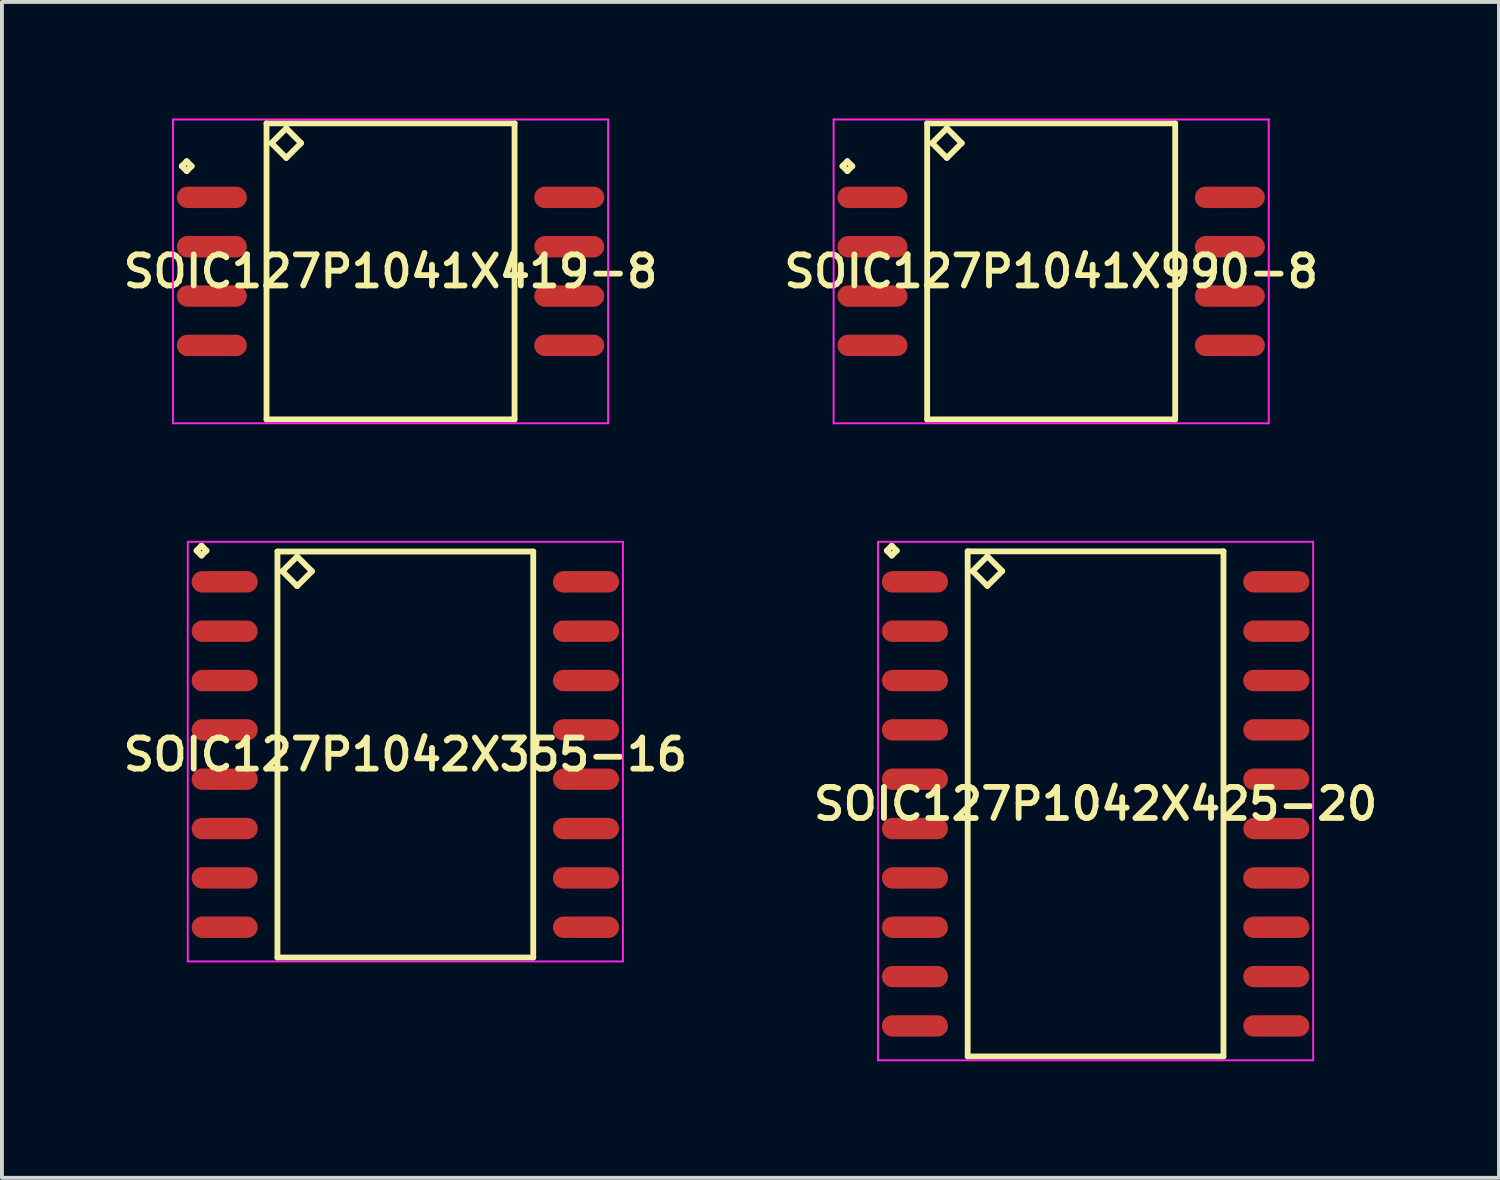
<source format=kicad_pcb>
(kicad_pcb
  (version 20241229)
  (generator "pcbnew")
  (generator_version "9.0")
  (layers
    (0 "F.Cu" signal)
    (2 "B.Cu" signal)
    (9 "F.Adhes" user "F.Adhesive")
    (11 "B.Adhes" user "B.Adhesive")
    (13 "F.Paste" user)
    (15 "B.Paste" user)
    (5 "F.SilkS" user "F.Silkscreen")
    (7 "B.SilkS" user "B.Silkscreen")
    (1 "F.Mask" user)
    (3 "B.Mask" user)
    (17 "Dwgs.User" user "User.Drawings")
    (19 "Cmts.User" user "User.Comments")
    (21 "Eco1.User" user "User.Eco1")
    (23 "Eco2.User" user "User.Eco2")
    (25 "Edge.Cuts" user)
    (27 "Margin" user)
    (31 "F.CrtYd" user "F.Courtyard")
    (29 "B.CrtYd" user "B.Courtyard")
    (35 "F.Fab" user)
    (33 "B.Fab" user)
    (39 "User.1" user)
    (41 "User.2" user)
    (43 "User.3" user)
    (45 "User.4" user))
  (footprint "SOIC127P1041X990-8"
    (layer "F.Cu")
    (at 24.006 3.935)
    (property "Reference" "SOIC127P1041X990-8" (at 0 0 0) (layer "F.SilkS") (effects (font (size 0.8 0.8) (thickness 0.15))))
    (attr smd)
    (fp_line (start -5.373 -2.709) (end -5.246 -2.836) (stroke (width 0.15) (type solid)) (layer "F.SilkS"))
    (fp_line (start -5.246 -2.836) (end -5.119 -2.709) (stroke (width 0.15) (type solid)) (layer "F.SilkS"))
    (fp_line (start -5.246 -2.582) (end -5.373 -2.709) (stroke (width 0.15) (type solid)) (layer "F.SilkS"))
    (fp_line (start -5.119 -2.709) (end -5.246 -2.582) (stroke (width 0.15) (type solid)) (layer "F.SilkS"))
    (fp_line (start -3.192 -3.81) (end -3.192 3.81) (stroke (width 0.15) (type solid)) (layer "F.SilkS"))
    (fp_line (start -3.192 3.81) (end 3.192 3.81) (stroke (width 0.15) (type solid)) (layer "F.SilkS"))
    (fp_line (start -3.065 -3.302) (end -2.684 -3.683) (stroke (width 0.15) (type solid)) (layer "F.SilkS"))
    (fp_line (start -2.684 -3.683) (end -2.303 -3.302) (stroke (width 0.15) (type solid)) (layer "F.SilkS"))
    (fp_line (start -2.684 -2.921) (end -3.065 -3.302) (stroke (width 0.15) (type solid)) (layer "F.SilkS"))
    (fp_line (start -2.303 -3.302) (end -2.684 -2.921) (stroke (width 0.15) (type solid)) (layer "F.SilkS"))
    (fp_line (start 3.192 -3.81) (end -3.192 -3.81) (stroke (width 0.15) (type solid)) (layer "F.SilkS"))
    (fp_line (start 3.192 3.81) (end 3.192 -3.81) (stroke (width 0.15) (type solid)) (layer "F.SilkS"))
    (fp_line (start -5.6 -3.91) (end 5.6 -3.91) (stroke (width 0.05) (type solid)) (layer "F.CrtYd"))
    (fp_line (start -5.6 3.91) (end -5.6 -3.91) (stroke (width 0.05) (type solid)) (layer "F.CrtYd"))
    (fp_line (start 5.6 -3.91) (end 5.6 3.91) (stroke (width 0.05) (type solid)) (layer "F.CrtYd"))
    (fp_line (start 5.6 3.91) (end -5.6 3.91) (stroke (width 0.05) (type solid)) (layer "F.CrtYd"))
    (pad "1" smd oval (at -4.6 -1.905) (size 1.8 0.55) (layers "F.Cu" "F.Mask" "F.Paste"))
    (pad "2" smd oval (at -4.6 -0.635) (size 1.8 0.55) (layers "F.Cu" "F.Mask" "F.Paste"))
    (pad "3" smd oval (at -4.6 0.635) (size 1.8 0.55) (layers "F.Cu" "F.Mask" "F.Paste"))
    (pad "4" smd oval (at -4.6 1.905) (size 1.8 0.55) (layers "F.Cu" "F.Mask" "F.Paste"))
    (pad "5" smd oval (at 4.6 1.905) (size 1.8 0.55) (layers "F.Cu" "F.Mask" "F.Paste"))
    (pad "6" smd oval (at 4.6 0.635) (size 1.8 0.55) (layers "F.Cu" "F.Mask" "F.Paste"))
    (pad "7" smd oval (at 4.6 -0.635) (size 1.8 0.55) (layers "F.Cu" "F.Mask" "F.Paste"))
    (pad "8" smd oval (at 4.6 -1.905) (size 1.8 0.55) (layers "F.Cu" "F.Mask" "F.Paste")))
  (footprint "SOIC127P1041X419-8"
    (layer "F.Cu")
    (at 7.002 3.935)
    (property "Reference" "SOIC127P1041X419-8" (at 0 0 0) (layer "F.SilkS") (effects (font (size 0.8 0.8) (thickness 0.15))))
    (attr smd)
    (fp_line (start -5.373 -2.709) (end -5.246 -2.836) (stroke (width 0.15) (type solid)) (layer "F.SilkS"))
    (fp_line (start -5.246 -2.836) (end -5.119 -2.709) (stroke (width 0.15) (type solid)) (layer "F.SilkS"))
    (fp_line (start -5.246 -2.582) (end -5.373 -2.709) (stroke (width 0.15) (type solid)) (layer "F.SilkS"))
    (fp_line (start -5.119 -2.709) (end -5.246 -2.582) (stroke (width 0.15) (type solid)) (layer "F.SilkS"))
    (fp_line (start -3.192 -3.81) (end -3.192 3.81) (stroke (width 0.15) (type solid)) (layer "F.SilkS"))
    (fp_line (start -3.192 3.81) (end 3.192 3.81) (stroke (width 0.15) (type solid)) (layer "F.SilkS"))
    (fp_line (start -3.065 -3.302) (end -2.684 -3.683) (stroke (width 0.15) (type solid)) (layer "F.SilkS"))
    (fp_line (start -2.684 -3.683) (end -2.303 -3.302) (stroke (width 0.15) (type solid)) (layer "F.SilkS"))
    (fp_line (start -2.684 -2.921) (end -3.065 -3.302) (stroke (width 0.15) (type solid)) (layer "F.SilkS"))
    (fp_line (start -2.303 -3.302) (end -2.684 -2.921) (stroke (width 0.15) (type solid)) (layer "F.SilkS"))
    (fp_line (start 3.192 -3.81) (end -3.192 -3.81) (stroke (width 0.15) (type solid)) (layer "F.SilkS"))
    (fp_line (start 3.192 3.81) (end 3.192 -3.81) (stroke (width 0.15) (type solid)) (layer "F.SilkS"))
    (fp_line (start -5.6 -3.91) (end 5.6 -3.91) (stroke (width 0.05) (type solid)) (layer "F.CrtYd"))
    (fp_line (start -5.6 3.91) (end -5.6 -3.91) (stroke (width 0.05) (type solid)) (layer "F.CrtYd"))
    (fp_line (start 5.6 -3.91) (end 5.6 3.91) (stroke (width 0.05) (type solid)) (layer "F.CrtYd"))
    (fp_line (start 5.6 3.91) (end -5.6 3.91) (stroke (width 0.05) (type solid)) (layer "F.CrtYd"))
    (pad "1" smd oval (at -4.6 -1.905) (size 1.8 0.55) (layers "F.Cu" "F.Mask" "F.Paste"))
    (pad "2" smd oval (at -4.6 -0.635) (size 1.8 0.55) (layers "F.Cu" "F.Mask" "F.Paste"))
    (pad "3" smd oval (at -4.6 0.635) (size 1.8 0.55) (layers "F.Cu" "F.Mask" "F.Paste"))
    (pad "4" smd oval (at -4.6 1.905) (size 1.8 0.55) (layers "F.Cu" "F.Mask" "F.Paste"))
    (pad "5" smd oval (at 4.6 1.905) (size 1.8 0.55) (layers "F.Cu" "F.Mask" "F.Paste"))
    (pad "6" smd oval (at 4.6 0.635) (size 1.8 0.55) (layers "F.Cu" "F.Mask" "F.Paste"))
    (pad "7" smd oval (at 4.6 -0.635) (size 1.8 0.55) (layers "F.Cu" "F.Mask" "F.Paste"))
    (pad "8" smd oval (at 4.6 -1.905) (size 1.8 0.55) (layers "F.Cu" "F.Mask" "F.Paste")))
  (footprint "SOIC127P1042X425-20"
    (layer "F.Cu")
    (at 25.149 17.641)
    (property "Reference" "SOIC127P1042X425-20" (at 0 0 0) (layer "F.SilkS") (effects (font (size 0.8 0.8) (thickness 0.15))))
    (attr smd)
    (fp_line (start -5.373 -6.519) (end -5.246 -6.646) (stroke (width 0.15) (type solid)) (layer "F.SilkS"))
    (fp_line (start -5.246 -6.646) (end -5.119 -6.519) (stroke (width 0.15) (type solid)) (layer "F.SilkS"))
    (fp_line (start -5.246 -6.392) (end -5.373 -6.519) (stroke (width 0.15) (type solid)) (layer "F.SilkS"))
    (fp_line (start -5.119 -6.519) (end -5.246 -6.392) (stroke (width 0.15) (type solid)) (layer "F.SilkS"))
    (fp_line (start -3.292 -6.5) (end -3.292 6.5) (stroke (width 0.15) (type solid)) (layer "F.SilkS"))
    (fp_line (start -3.292 6.5) (end 3.292 6.5) (stroke (width 0.15) (type solid)) (layer "F.SilkS"))
    (fp_line (start -3.165 -5.992) (end -2.784 -6.373) (stroke (width 0.15) (type solid)) (layer "F.SilkS"))
    (fp_line (start -2.784 -6.373) (end -2.403 -5.992) (stroke (width 0.15) (type solid)) (layer "F.SilkS"))
    (fp_line (start -2.784 -5.611) (end -3.165 -5.992) (stroke (width 0.15) (type solid)) (layer "F.SilkS"))
    (fp_line (start -2.403 -5.992) (end -2.784 -5.611) (stroke (width 0.15) (type solid)) (layer "F.SilkS"))
    (fp_line (start 3.292 -6.5) (end -3.292 -6.5) (stroke (width 0.15) (type solid)) (layer "F.SilkS"))
    (fp_line (start 3.292 6.5) (end 3.292 -6.5) (stroke (width 0.15) (type solid)) (layer "F.SilkS"))
    (fp_line (start -5.6 -6.746) (end 5.6 -6.746) (stroke (width 0.05) (type solid)) (layer "F.CrtYd"))
    (fp_line (start -5.6 6.6) (end -5.6 -6.746) (stroke (width 0.05) (type solid)) (layer "F.CrtYd"))
    (fp_line (start 5.6 -6.746) (end 5.6 6.6) (stroke (width 0.05) (type solid)) (layer "F.CrtYd"))
    (fp_line (start 5.6 6.6) (end -5.6 6.6) (stroke (width 0.05) (type solid)) (layer "F.CrtYd"))
    (pad "1" smd oval (at -4.65 -5.715) (size 1.7 0.55) (layers "F.Cu" "F.Mask" "F.Paste"))
    (pad "2" smd oval (at -4.65 -4.445) (size 1.7 0.55) (layers "F.Cu" "F.Mask" "F.Paste"))
    (pad "3" smd oval (at -4.65 -3.175) (size 1.7 0.55) (layers "F.Cu" "F.Mask" "F.Paste"))
    (pad "4" smd oval (at -4.65 -1.905) (size 1.7 0.55) (layers "F.Cu" "F.Mask" "F.Paste"))
    (pad "5" smd oval (at -4.65 -0.635) (size 1.7 0.55) (layers "F.Cu" "F.Mask" "F.Paste"))
    (pad "6" smd oval (at -4.65 0.635) (size 1.7 0.55) (layers "F.Cu" "F.Mask" "F.Paste"))
    (pad "7" smd oval (at -4.65 1.905) (size 1.7 0.55) (layers "F.Cu" "F.Mask" "F.Paste"))
    (pad "8" smd oval (at -4.65 3.175) (size 1.7 0.55) (layers "F.Cu" "F.Mask" "F.Paste"))
    (pad "9" smd oval (at -4.65 4.445) (size 1.7 0.55) (layers "F.Cu" "F.Mask" "F.Paste"))
    (pad "10" smd oval (at -4.65 5.715) (size 1.7 0.55) (layers "F.Cu" "F.Mask" "F.Paste"))
    (pad "11" smd oval (at 4.65 5.715) (size 1.7 0.55) (layers "F.Cu" "F.Mask" "F.Paste"))
    (pad "12" smd oval (at 4.65 4.445) (size 1.7 0.55) (layers "F.Cu" "F.Mask" "F.Paste"))
    (pad "13" smd oval (at 4.65 3.175) (size 1.7 0.55) (layers "F.Cu" "F.Mask" "F.Paste"))
    (pad "14" smd oval (at 4.65 1.905) (size 1.7 0.55) (layers "F.Cu" "F.Mask" "F.Paste"))
    (pad "15" smd oval (at 4.65 0.635) (size 1.7 0.55) (layers "F.Cu" "F.Mask" "F.Paste"))
    (pad "16" smd oval (at 4.65 -0.635) (size 1.7 0.55) (layers "F.Cu" "F.Mask" "F.Paste"))
    (pad "17" smd oval (at 4.65 -1.905) (size 1.7 0.55) (layers "F.Cu" "F.Mask" "F.Paste"))
    (pad "18" smd oval (at 4.65 -3.175) (size 1.7 0.55) (layers "F.Cu" "F.Mask" "F.Paste"))
    (pad "19" smd oval (at 4.65 -4.445) (size 1.7 0.55) (layers "F.Cu" "F.Mask" "F.Paste"))
    (pad "20" smd oval (at 4.65 -5.715) (size 1.7 0.55) (layers "F.Cu" "F.Mask" "F.Paste")))
  (footprint "SOIC127P1042X355-16"
    (layer "F.Cu")
    (at 7.383 16.371)
    (property "Reference" "SOIC127P1042X355-16" (at 0 0 0) (layer "F.SilkS") (effects (font (size 0.8 0.8) (thickness 0.15))))
    (attr smd)
    (fp_line (start -5.373 -5.249) (end -5.246 -5.376) (stroke (width 0.15) (type solid)) (layer "F.SilkS"))
    (fp_line (start -5.246 -5.376) (end -5.119 -5.249) (stroke (width 0.15) (type solid)) (layer "F.SilkS"))
    (fp_line (start -5.246 -5.122) (end -5.373 -5.249) (stroke (width 0.15) (type solid)) (layer "F.SilkS"))
    (fp_line (start -5.119 -5.249) (end -5.246 -5.122) (stroke (width 0.15) (type solid)) (layer "F.SilkS"))
    (fp_line (start -3.292 -5.225) (end -3.292 5.225) (stroke (width 0.15) (type solid)) (layer "F.SilkS"))
    (fp_line (start -3.292 5.225) (end 3.292 5.225) (stroke (width 0.15) (type solid)) (layer "F.SilkS"))
    (fp_line (start -3.165 -4.717) (end -2.784 -5.098) (stroke (width 0.15) (type solid)) (layer "F.SilkS"))
    (fp_line (start -2.784 -5.098) (end -2.403 -4.717) (stroke (width 0.15) (type solid)) (layer "F.SilkS"))
    (fp_line (start -2.784 -4.336) (end -3.165 -4.717) (stroke (width 0.15) (type solid)) (layer "F.SilkS"))
    (fp_line (start -2.403 -4.717) (end -2.784 -4.336) (stroke (width 0.15) (type solid)) (layer "F.SilkS"))
    (fp_line (start 3.292 -5.225) (end -3.292 -5.225) (stroke (width 0.15) (type solid)) (layer "F.SilkS"))
    (fp_line (start 3.292 5.225) (end 3.292 -5.225) (stroke (width 0.15) (type solid)) (layer "F.SilkS"))
    (fp_line (start -5.6 -5.476) (end 5.6 -5.476) (stroke (width 0.05) (type solid)) (layer "F.CrtYd"))
    (fp_line (start -5.6 5.325) (end -5.6 -5.476) (stroke (width 0.05) (type solid)) (layer "F.CrtYd"))
    (fp_line (start 5.6 -5.476) (end 5.6 5.325) (stroke (width 0.05) (type solid)) (layer "F.CrtYd"))
    (fp_line (start 5.6 5.325) (end -5.6 5.325) (stroke (width 0.05) (type solid)) (layer "F.CrtYd"))
    (pad "1" smd oval (at -4.65 -4.445) (size 1.7 0.55) (layers "F.Cu" "F.Mask" "F.Paste"))
    (pad "2" smd oval (at -4.65 -3.175) (size 1.7 0.55) (layers "F.Cu" "F.Mask" "F.Paste"))
    (pad "3" smd oval (at -4.65 -1.905) (size 1.7 0.55) (layers "F.Cu" "F.Mask" "F.Paste"))
    (pad "4" smd oval (at -4.65 -0.635) (size 1.7 0.55) (layers "F.Cu" "F.Mask" "F.Paste"))
    (pad "5" smd oval (at -4.65 0.635) (size 1.7 0.55) (layers "F.Cu" "F.Mask" "F.Paste"))
    (pad "6" smd oval (at -4.65 1.905) (size 1.7 0.55) (layers "F.Cu" "F.Mask" "F.Paste"))
    (pad "7" smd oval (at -4.65 3.175) (size 1.7 0.55) (layers "F.Cu" "F.Mask" "F.Paste"))
    (pad "8" smd oval (at -4.65 4.445) (size 1.7 0.55) (layers "F.Cu" "F.Mask" "F.Paste"))
    (pad "9" smd oval (at 4.65 4.445) (size 1.7 0.55) (layers "F.Cu" "F.Mask" "F.Paste"))
    (pad "10" smd oval (at 4.65 3.175) (size 1.7 0.55) (layers "F.Cu" "F.Mask" "F.Paste"))
    (pad "11" smd oval (at 4.65 1.905) (size 1.7 0.55) (layers "F.Cu" "F.Mask" "F.Paste"))
    (pad "12" smd oval (at 4.65 0.635) (size 1.7 0.55) (layers "F.Cu" "F.Mask" "F.Paste"))
    (pad "13" smd oval (at 4.65 -0.635) (size 1.7 0.55) (layers "F.Cu" "F.Mask" "F.Paste"))
    (pad "14" smd oval (at 4.65 -1.905) (size 1.7 0.55) (layers "F.Cu" "F.Mask" "F.Paste"))
    (pad "15" smd oval (at 4.65 -3.175) (size 1.7 0.55) (layers "F.Cu" "F.Mask" "F.Paste"))
    (pad "16" smd oval (at 4.65 -4.445) (size 1.7 0.55) (layers "F.Cu" "F.Mask" "F.Paste")))
  (gr_rect
    (start -3 -3)
    (end 35.532 27.266)
    (stroke (width 0.1) (type default))
    (fill no)
    (layer "Edge.Cuts")))
</source>
